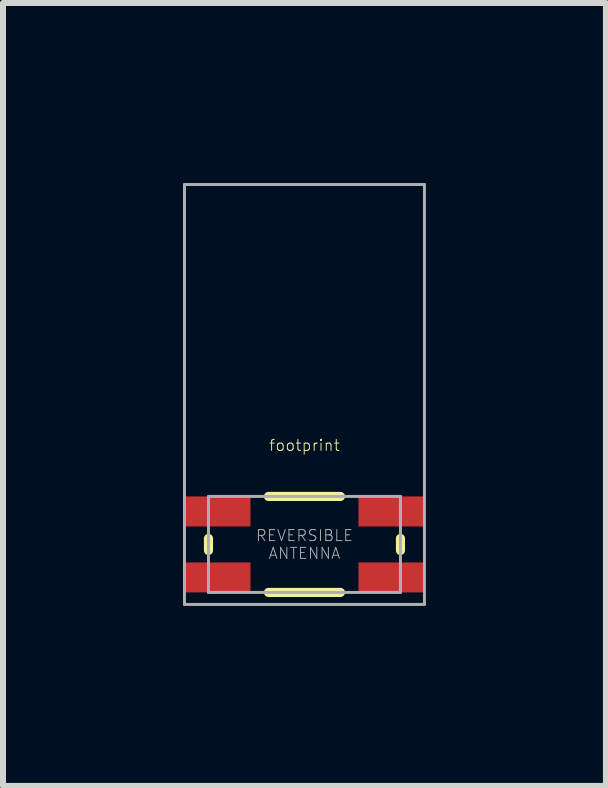
<source format=kicad_pcb>
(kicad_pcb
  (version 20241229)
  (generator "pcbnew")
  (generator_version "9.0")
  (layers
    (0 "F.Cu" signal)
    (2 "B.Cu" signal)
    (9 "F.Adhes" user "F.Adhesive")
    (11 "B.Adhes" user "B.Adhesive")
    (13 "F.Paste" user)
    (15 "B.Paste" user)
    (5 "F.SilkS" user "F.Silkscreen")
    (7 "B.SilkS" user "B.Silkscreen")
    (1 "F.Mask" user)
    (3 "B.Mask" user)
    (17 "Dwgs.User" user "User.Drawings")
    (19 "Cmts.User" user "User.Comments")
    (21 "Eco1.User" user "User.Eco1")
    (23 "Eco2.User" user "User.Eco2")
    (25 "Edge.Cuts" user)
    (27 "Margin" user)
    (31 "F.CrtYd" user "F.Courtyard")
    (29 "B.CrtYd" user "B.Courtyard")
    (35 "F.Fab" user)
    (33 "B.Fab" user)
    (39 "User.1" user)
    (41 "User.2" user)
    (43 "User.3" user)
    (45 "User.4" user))
  (footprint "footprint"
    (layer "F.Cu")
    (at 2.025 6.025)
    (property "Reference" "footprint" (at 0 -1.651 0) (layer "F.SilkS") (effects (font (size 0.184 0.184) (thickness 0.016))))
    (fp_line (start -1.6 -0.1) (end -1.6 0.1) (stroke (width 0.152) (type solid)) (layer "F.SilkS"))
    (fp_line (start -0.6 -0.8) (end 0.6 -0.8) (stroke (width 0.152) (type solid)) (layer "F.SilkS"))
    (fp_line (start -0.6 0.8) (end 0.6 0.8) (stroke (width 0.152) (type solid)) (layer "F.SilkS"))
    (fp_line (start 1.6 -0.1) (end 1.6 0.1) (stroke (width 0.152) (type solid)) (layer "F.SilkS"))
    (fp_line (start -2 -6) (end 2 -6) (stroke (width 0.05) (type solid)) (layer "F.Fab"))
    (fp_line (start -2 1) (end -2 -6) (stroke (width 0.05) (type solid)) (layer "F.Fab"))
    (fp_line (start -1.6 -0.8) (end 1.6 -0.8) (stroke (width 0.05) (type solid)) (layer "F.Fab"))
    (fp_line (start -1.6 0.8) (end -1.6 -0.8) (stroke (width 0.05) (type solid)) (layer "F.Fab"))
    (fp_line (start 1.6 -0.8) (end 1.6 0.8) (stroke (width 0.05) (type solid)) (layer "F.Fab"))
    (fp_line (start 1.6 0.8) (end -1.6 0.8) (stroke (width 0.05) (type solid)) (layer "F.Fab"))
    (fp_line (start 2 -6) (end 2 1) (stroke (width 0.05) (type solid)) (layer "F.Fab"))
    (fp_line (start 2 1) (end -2 1) (stroke (width 0.05) (type solid)) (layer "F.Fab"))
    (fp_text user "REVERSIBLE\nANTENNA" (at 0 0 0) (layer "F.Fab") (effects (font (size 0.184 0.184) (thickness 0.016))))
    (pad "1" smd rect (at 1.45 0.55) (size 1.1 0.5) (layers "F.Cu" "F.Mask" "F.Paste"))
    (pad "2" smd rect (at -1.45 0.55) (size 1.1 0.5) (layers "F.Cu" "F.Mask" "F.Paste"))
    (pad "3" smd rect (at -1.45 -0.55) (size 1.1 0.5) (layers "F.Cu" "F.Mask" "F.Paste"))
    (pad "FEED" smd rect (at 1.45 -0.55) (size 1.1 0.5) (layers "F.Cu" "F.Mask" "F.Paste"))
    (zone (net_name "") (layer "F.Cu") (hatch edge 0.508) (connect_pads) (min_thickness 0.254) (filled_areas_thickness no) (keepout (tracks not_allowed) (vias not_allowed) (pads not_allowed) (copperpour not_allowed) (footprints allowed)) (placement (enabled no)) (fill) (polygon (pts (xy 0.025 5.025) (xy 4.025 5.025) (xy 4.025 0.025) (xy 0.025 0.025))))
    (zone (net_name "") (layer "F.Cu") (hatch edge 0.508) (connect_pads) (min_thickness 0.254) (filled_areas_thickness no) (keepout (tracks not_allowed) (vias not_allowed) (pads not_allowed) (copperpour not_allowed) (footprints allowed)) (placement (enabled no)) (fill) (polygon (pts (xy 0.025 6.225) (xy 4.025 6.225) (xy 4.025 5.825) (xy 0.025 5.825))))
    (zone (net_name "") (layer "F.Cu") (hatch edge 0.508) (connect_pads) (min_thickness 0.254) (filled_areas_thickness no) (keepout (tracks not_allowed) (vias not_allowed) (pads not_allowed) (copperpour not_allowed) (footprints allowed)) (placement (enabled no)) (fill) (polygon (pts (xy 1.225 7.025) (xy 2.825 7.025) (xy 2.825 5.025) (xy 1.225 5.025))))
    (zone (net_name "") (layer "B.Cu") (hatch edge 0.508) (connect_pads) (min_thickness 0.254) (filled_areas_thickness no) (keepout (tracks not_allowed) (vias not_allowed) (pads not_allowed) (copperpour not_allowed) (footprints allowed)) (placement (enabled no)) (fill) (polygon (pts (xy 0.025 7.025) (xy 4.025 7.025) (xy 4.025 0.025) (xy 0.025 0.025)))))
  (gr_rect
    (start -3 -3)
    (end 7.05 10.05)
    (stroke (width 0.1) (type default))
    (fill no)
    (layer "Edge.Cuts")))
</source>
